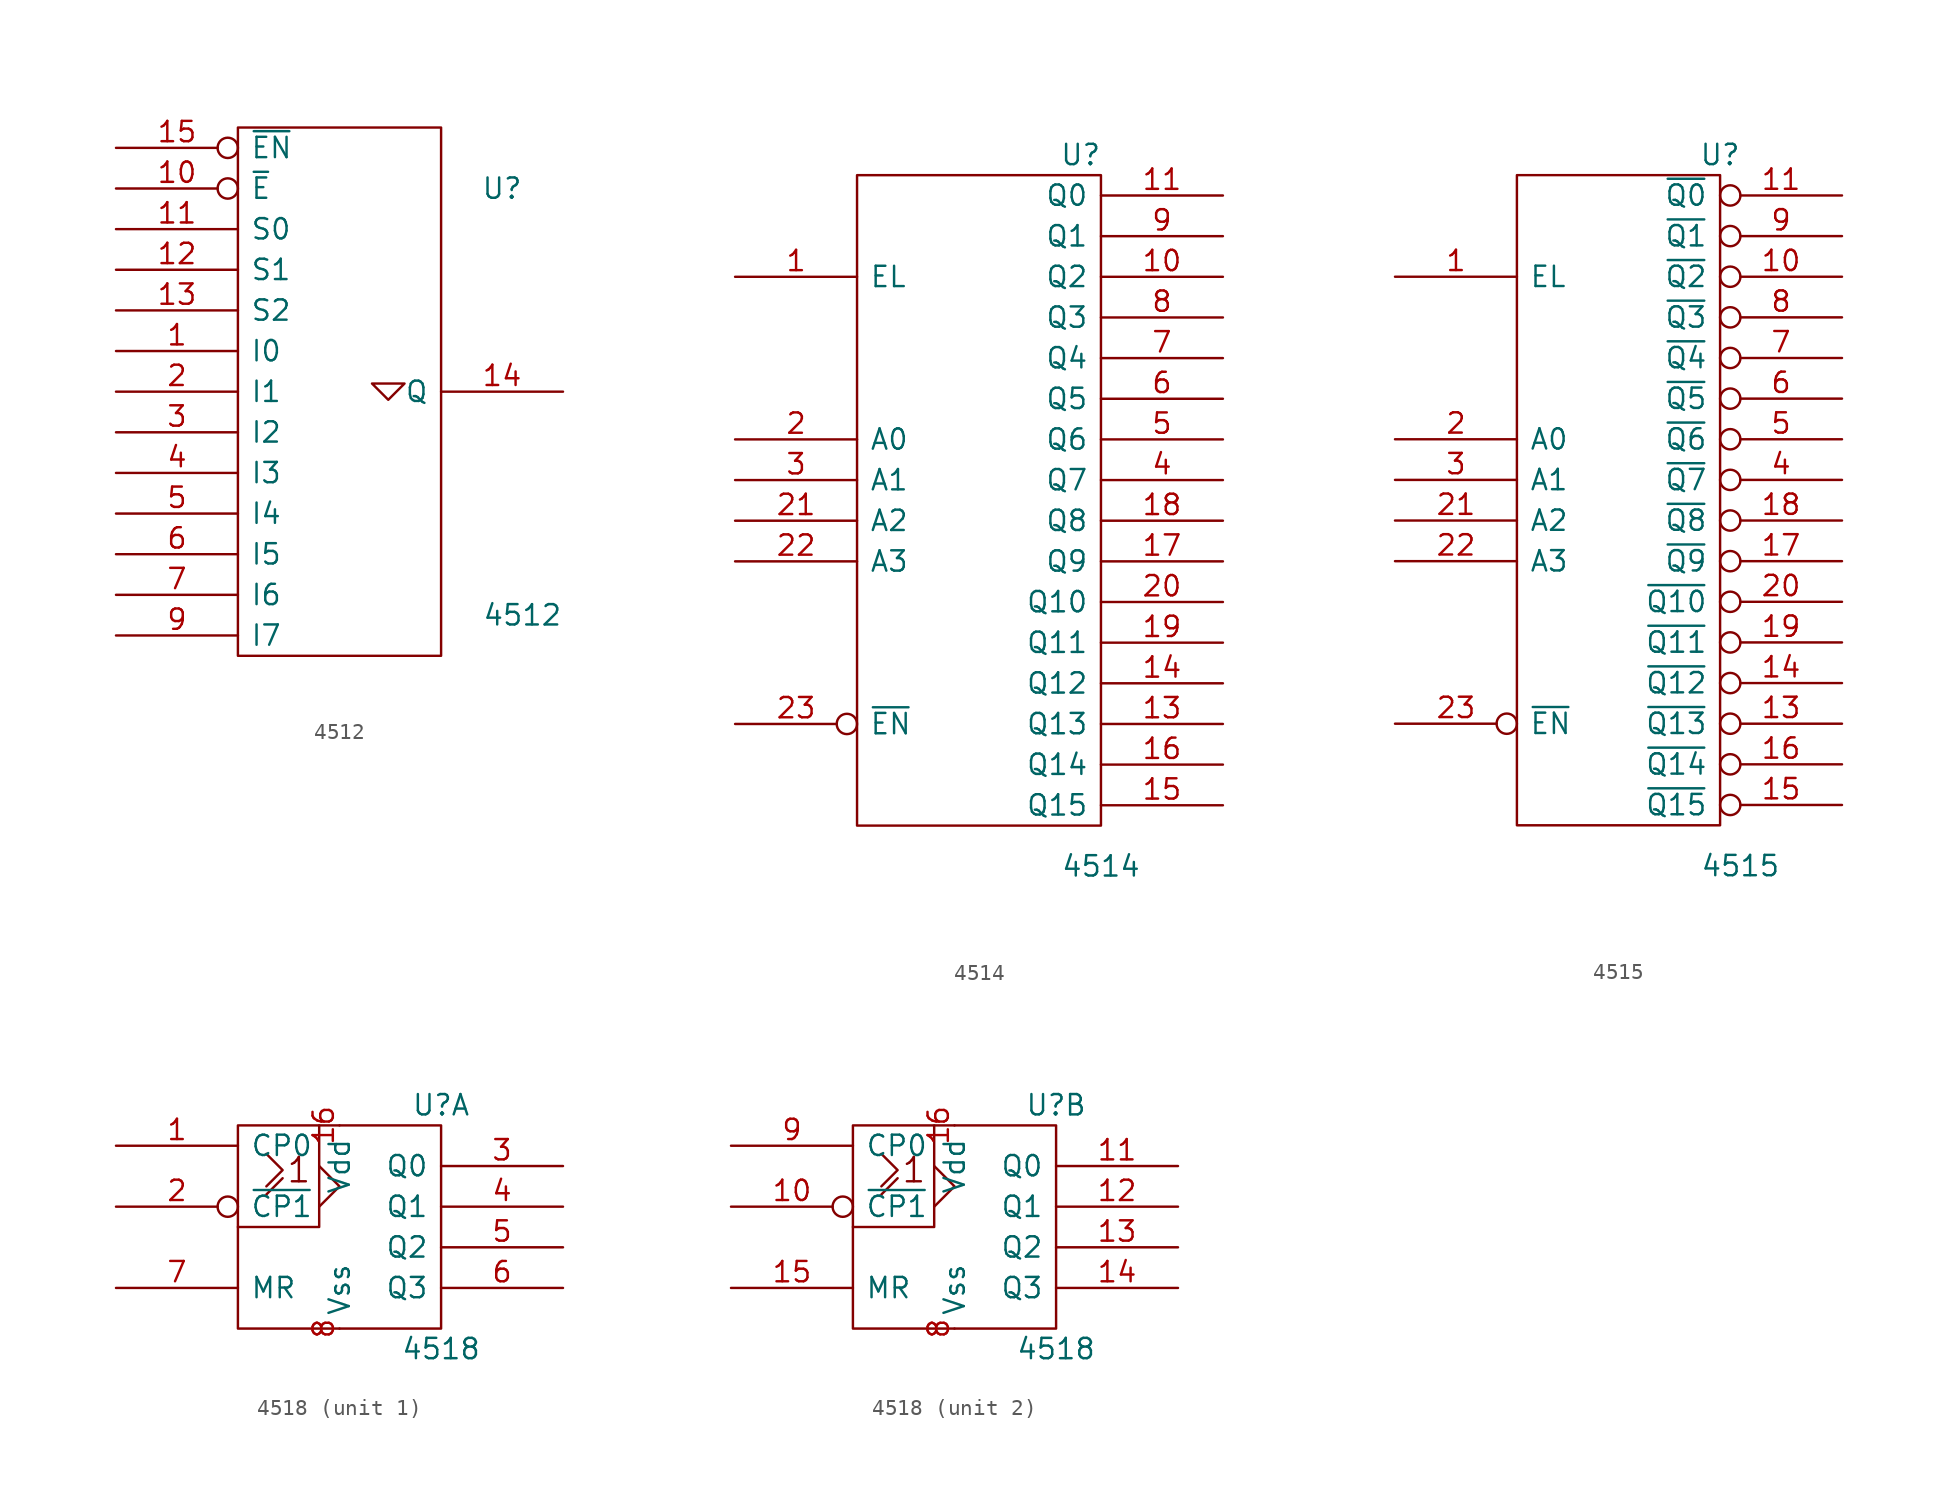
<source format=kicad_sym>
(kicad_symbol_lib
  (version 20201005)
  (generator kicad_symbol_editor)
  (symbol "4xxx_IEEE:4512"
    (pin_names
      (offset 0.762))
    (property "Reference" "U"
      (at 10.16 12.7 0)
      (effects (font (size 1.27 1.27))))
    (property "Value" "4512"
      (at 11.43 -13.97 0)
      (effects (font (size 1.27 1.27))))
    (symbol "4512_0_1"
      (rectangle (start -6.35 16.51) (end 6.35 -16.51) (stroke (width 0)) (fill (type none)))
      (polyline (pts (xy 2.032 0.508) (xy 3.048 -0.508) (xy 4.064 0.508) (xy 2.032 0.508) (xy 2.032 0.508)) (stroke (width 0)) (fill (type none))))
    (symbol "4512_1_1"
      (pin input line (at -13.97 2.54 0) (length 7.62) (name "I0" (effects (font (size 1.27 1.27)))) (number "1" (effects (font (size 1.27 1.27)))))
      (pin input inverted (at -13.97 12.7 0) (length 7.62) (name "~E" (effects (font (size 1.27 1.27)))) (number "10" (effects (font (size 1.27 1.27)))))
      (pin input line (at -13.97 10.16 0) (length 7.62) (name "S0" (effects (font (size 1.27 1.27)))) (number "11" (effects (font (size 1.27 1.27)))))
      (pin input line (at -13.97 7.62 0) (length 7.62) (name "S1" (effects (font (size 1.27 1.27)))) (number "12" (effects (font (size 1.27 1.27)))))
      (pin input line (at -13.97 5.08 0) (length 7.62) (name "S2" (effects (font (size 1.27 1.27)))) (number "13" (effects (font (size 1.27 1.27)))))
      (pin output line (at 13.97 0 180) (length 7.62) (name "Q" (effects (font (size 1.27 1.27)))) (number "14" (effects (font (size 1.27 1.27)))))
      (pin input inverted (at -13.97 15.24 0) (length 7.62) (name "~EN" (effects (font (size 1.27 1.27)))) (number "15" (effects (font (size 1.27 1.27)))))
      (pin power_in line (at 0 16.51 270) (length 0) hide (name "Vdd" (effects (font (size 1.27 1.27)))) (number "16" (effects (font (size 1.27 1.27)))))
      (pin input line (at -13.97 0 0) (length 7.62) (name "I1" (effects (font (size 1.27 1.27)))) (number "2" (effects (font (size 1.27 1.27)))))
      (pin input line (at -13.97 -2.54 0) (length 7.62) (name "I2" (effects (font (size 1.27 1.27)))) (number "3" (effects (font (size 1.27 1.27)))))
      (pin input line (at -13.97 -5.08 0) (length 7.62) (name "I3" (effects (font (size 1.27 1.27)))) (number "4" (effects (font (size 1.27 1.27)))))
      (pin input line (at -13.97 -7.62 0) (length 7.62) (name "I4" (effects (font (size 1.27 1.27)))) (number "5" (effects (font (size 1.27 1.27)))))
      (pin input line (at -13.97 -10.16 0) (length 7.62) (name "I5" (effects (font (size 1.27 1.27)))) (number "6" (effects (font (size 1.27 1.27)))))
      (pin input line (at -13.97 -12.7 0) (length 7.62) (name "I6" (effects (font (size 1.27 1.27)))) (number "7" (effects (font (size 1.27 1.27)))))
      (pin power_in line (at 0 -16.51 90) (length 0) hide (name "Vss" (effects (font (size 1.27 1.27)))) (number "8" (effects (font (size 1.27 1.27)))))
      (pin input line (at -13.97 -15.24 0) (length 7.62) (name "I7" (effects (font (size 1.27 1.27)))) (number "9" (effects (font (size 1.27 1.27)))))))
  (symbol "4xxx_IEEE:4514"
    (pin_names
      (offset 0.762))
    (property "Reference" "U"
      (at 6.35 21.59 0)
      (effects (font (size 1.27 1.27))))
    (property "Value" "4514"
      (at 7.62 -22.86 0)
      (effects (font (size 1.27 1.27))))
    (symbol "4514_0_1"
      (rectangle (start 7.62 20.32) (end -7.62 -20.32) (stroke (width 0)) (fill (type none))))
    (symbol "4514_1_1"
      (pin input line (at -15.24 13.97 0) (length 7.62) (name "EL" (effects (font (size 1.27 1.27)))) (number "1" (effects (font (size 1.27 1.27)))))
      (pin output line (at 15.24 13.97 180) (length 7.62) (name "Q2" (effects (font (size 1.27 1.27)))) (number "10" (effects (font (size 1.27 1.27)))))
      (pin output line (at 15.24 19.05 180) (length 7.62) (name "Q0" (effects (font (size 1.27 1.27)))) (number "11" (effects (font (size 1.27 1.27)))))
      (pin power_in line (at 0 -20.32 90) (length 0) hide (name "Vss" (effects (font (size 1.27 1.27)))) (number "12" (effects (font (size 1.27 1.27)))))
      (pin output line (at 15.24 -13.97 180) (length 7.62) (name "Q13" (effects (font (size 1.27 1.27)))) (number "13" (effects (font (size 1.27 1.27)))))
      (pin output line (at 15.24 -11.43 180) (length 7.62) (name "Q12" (effects (font (size 1.27 1.27)))) (number "14" (effects (font (size 1.27 1.27)))))
      (pin output line (at 15.24 -19.05 180) (length 7.62) (name "Q15" (effects (font (size 1.27 1.27)))) (number "15" (effects (font (size 1.27 1.27)))))
      (pin output line (at 15.24 -16.51 180) (length 7.62) (name "Q14" (effects (font (size 1.27 1.27)))) (number "16" (effects (font (size 1.27 1.27)))))
      (pin output line (at 15.24 -3.81 180) (length 7.62) (name "Q9" (effects (font (size 1.27 1.27)))) (number "17" (effects (font (size 1.27 1.27)))))
      (pin output line (at 15.24 -1.27 180) (length 7.62) (name "Q8" (effects (font (size 1.27 1.27)))) (number "18" (effects (font (size 1.27 1.27)))))
      (pin output line (at 15.24 -8.89 180) (length 7.62) (name "Q11" (effects (font (size 1.27 1.27)))) (number "19" (effects (font (size 1.27 1.27)))))
      (pin input line (at -15.24 3.81 0) (length 7.62) (name "A0" (effects (font (size 1.27 1.27)))) (number "2" (effects (font (size 1.27 1.27)))))
      (pin output line (at 15.24 -6.35 180) (length 7.62) (name "Q10" (effects (font (size 1.27 1.27)))) (number "20" (effects (font (size 1.27 1.27)))))
      (pin input line (at -15.24 -1.27 0) (length 7.62) (name "A2" (effects (font (size 1.27 1.27)))) (number "21" (effects (font (size 1.27 1.27)))))
      (pin input line (at -15.24 -3.81 0) (length 7.62) (name "A3" (effects (font (size 1.27 1.27)))) (number "22" (effects (font (size 1.27 1.27)))))
      (pin input inverted (at -15.24 -13.97 0) (length 7.62) (name "~EN" (effects (font (size 1.27 1.27)))) (number "23" (effects (font (size 1.27 1.27)))))
      (pin power_in line (at 0 20.32 270) (length 0) hide (name "Vdd" (effects (font (size 1.27 1.27)))) (number "24" (effects (font (size 1.27 1.27)))))
      (pin input line (at -15.24 1.27 0) (length 7.62) (name "A1" (effects (font (size 1.27 1.27)))) (number "3" (effects (font (size 1.27 1.27)))))
      (pin output line (at 15.24 1.27 180) (length 7.62) (name "Q7" (effects (font (size 1.27 1.27)))) (number "4" (effects (font (size 1.27 1.27)))))
      (pin output line (at 15.24 3.81 180) (length 7.62) (name "Q6" (effects (font (size 1.27 1.27)))) (number "5" (effects (font (size 1.27 1.27)))))
      (pin output line (at 15.24 6.35 180) (length 7.62) (name "Q5" (effects (font (size 1.27 1.27)))) (number "6" (effects (font (size 1.27 1.27)))))
      (pin output line (at 15.24 8.89 180) (length 7.62) (name "Q4" (effects (font (size 1.27 1.27)))) (number "7" (effects (font (size 1.27 1.27)))))
      (pin output line (at 15.24 11.43 180) (length 7.62) (name "Q3" (effects (font (size 1.27 1.27)))) (number "8" (effects (font (size 1.27 1.27)))))
      (pin output line (at 15.24 16.51 180) (length 7.62) (name "Q1" (effects (font (size 1.27 1.27)))) (number "9" (effects (font (size 1.27 1.27)))))))
  (symbol "4xxx_IEEE:4515"
    (pin_names
      (offset 0.762))
    (property "Reference" "U"
      (at 6.35 21.59 0)
      (effects (font (size 1.27 1.27))))
    (property "Value" "4515"
      (at 7.62 -22.86 0)
      (effects (font (size 1.27 1.27))))
    (symbol "4515_0_1"
      (rectangle (start -6.35 20.32) (end 6.35 -20.32) (stroke (width 0)) (fill (type none))))
    (symbol "4515_1_1"
      (pin input line (at -13.97 13.97 0) (length 7.62) (name "EL" (effects (font (size 1.27 1.27)))) (number "1" (effects (font (size 1.27 1.27)))))
      (pin output inverted (at 13.97 13.97 180) (length 7.62) (name "~Q2" (effects (font (size 1.27 1.27)))) (number "10" (effects (font (size 1.27 1.27)))))
      (pin output inverted (at 13.97 19.05 180) (length 7.62) (name "~Q0" (effects (font (size 1.27 1.27)))) (number "11" (effects (font (size 1.27 1.27)))))
      (pin power_in line (at 0 -20.32 90) (length 0) hide (name "Vss" (effects (font (size 1.27 1.27)))) (number "12" (effects (font (size 1.27 1.27)))))
      (pin output inverted (at 13.97 -13.97 180) (length 7.62) (name "~Q13" (effects (font (size 1.27 1.27)))) (number "13" (effects (font (size 1.27 1.27)))))
      (pin output inverted (at 13.97 -11.43 180) (length 7.62) (name "~Q12" (effects (font (size 1.27 1.27)))) (number "14" (effects (font (size 1.27 1.27)))))
      (pin output inverted (at 13.97 -19.05 180) (length 7.62) (name "~Q15" (effects (font (size 1.27 1.27)))) (number "15" (effects (font (size 1.27 1.27)))))
      (pin output inverted (at 13.97 -16.51 180) (length 7.62) (name "~Q14" (effects (font (size 1.27 1.27)))) (number "16" (effects (font (size 1.27 1.27)))))
      (pin output inverted (at 13.97 -3.81 180) (length 7.62) (name "~Q9" (effects (font (size 1.27 1.27)))) (number "17" (effects (font (size 1.27 1.27)))))
      (pin output inverted (at 13.97 -1.27 180) (length 7.62) (name "~Q8" (effects (font (size 1.27 1.27)))) (number "18" (effects (font (size 1.27 1.27)))))
      (pin output inverted (at 13.97 -8.89 180) (length 7.62) (name "~Q11" (effects (font (size 1.27 1.27)))) (number "19" (effects (font (size 1.27 1.27)))))
      (pin input line (at -13.97 3.81 0) (length 7.62) (name "A0" (effects (font (size 1.27 1.27)))) (number "2" (effects (font (size 1.27 1.27)))))
      (pin output inverted (at 13.97 -6.35 180) (length 7.62) (name "~Q10" (effects (font (size 1.27 1.27)))) (number "20" (effects (font (size 1.27 1.27)))))
      (pin input line (at -13.97 -1.27 0) (length 7.62) (name "A2" (effects (font (size 1.27 1.27)))) (number "21" (effects (font (size 1.27 1.27)))))
      (pin input line (at -13.97 -3.81 0) (length 7.62) (name "A3" (effects (font (size 1.27 1.27)))) (number "22" (effects (font (size 1.27 1.27)))))
      (pin input inverted (at -13.97 -13.97 0) (length 7.62) (name "~EN" (effects (font (size 1.27 1.27)))) (number "23" (effects (font (size 1.27 1.27)))))
      (pin power_in line (at 0 20.32 270) (length 0) hide (name "Vdd" (effects (font (size 1.27 1.27)))) (number "24" (effects (font (size 1.27 1.27)))))
      (pin input line (at -13.97 1.27 0) (length 7.62) (name "A1" (effects (font (size 1.27 1.27)))) (number "3" (effects (font (size 1.27 1.27)))))
      (pin output inverted (at 13.97 1.27 180) (length 7.62) (name "~Q7" (effects (font (size 1.27 1.27)))) (number "4" (effects (font (size 1.27 1.27)))))
      (pin output inverted (at 13.97 3.81 180) (length 7.62) (name "~Q6" (effects (font (size 1.27 1.27)))) (number "5" (effects (font (size 1.27 1.27)))))
      (pin output inverted (at 13.97 6.35 180) (length 7.62) (name "~Q5" (effects (font (size 1.27 1.27)))) (number "6" (effects (font (size 1.27 1.27)))))
      (pin output inverted (at 13.97 8.89 180) (length 7.62) (name "~Q4" (effects (font (size 1.27 1.27)))) (number "7" (effects (font (size 1.27 1.27)))))
      (pin output inverted (at 13.97 11.43 180) (length 7.62) (name "~Q3" (effects (font (size 1.27 1.27)))) (number "8" (effects (font (size 1.27 1.27)))))
      (pin output inverted (at 13.97 16.51 180) (length 7.62) (name "~Q1" (effects (font (size 1.27 1.27)))) (number "9" (effects (font (size 1.27 1.27)))))))
  (symbol "4xxx_IEEE:4518"
    (pin_names
      (offset 0.762))
    (property "Reference" "U"
      (at 6.35 7.62 0)
      (effects (font (size 1.27 1.27))))
    (property "Value" "4518"
      (at 6.35 -7.62 0)
      (effects (font (size 1.27 1.27))))
    (symbol "4518_0_0"
      (text "1" (at -2.54 3.556 0) (effects (font (size 1.524 1.524)))))
    (symbol "4518_0_1"
      (rectangle (start 6.35 6.35) (end -6.35 -6.35) (stroke (width 0)) (fill (type none)))
      (polyline (pts (xy -4.572 2.032) (xy -3.556 3.048) (xy -3.556 3.048)) (stroke (width 0)) (fill (type none)))
      (polyline (pts (xy -4.572 4.572) (xy -3.556 3.556) (xy -4.572 2.54) (xy -4.572 2.54)) (stroke (width 0)) (fill (type none)))
      (polyline (pts (xy -1.27 3.81) (xy 0 2.54) (xy -1.27 1.27) (xy -1.27 1.27)) (stroke (width 0)) (fill (type none)))
      (polyline (pts (xy -1.27 6.35) (xy -1.27 0) (xy -6.35 0) (xy -6.35 0)) (stroke (width 0)) (fill (type none)))
      (pin power_in line (at 0 6.35 270) (length 0) (name "Vdd" (effects (font (size 1.27 1.27)))) (number "16" (effects (font (size 1.27 1.27)))))
      (pin power_in line (at 0 -6.35 90) (length 0) (name "Vss" (effects (font (size 1.27 1.27)))) (number "8" (effects (font (size 1.27 1.27))))))
    (symbol "4518_1_1"
      (pin input line (at -13.97 5.08 0) (length 7.62) (name "CP0" (effects (font (size 1.27 1.27)))) (number "1" (effects (font (size 1.27 1.27)))))
      (pin input inverted (at -13.97 1.27 0) (length 7.62) (name "~CP1" (effects (font (size 1.27 1.27)))) (number "2" (effects (font (size 1.27 1.27)))))
      (pin output line (at 13.97 3.81 180) (length 7.62) (name "Q0" (effects (font (size 1.27 1.27)))) (number "3" (effects (font (size 1.27 1.27)))))
      (pin output line (at 13.97 1.27 180) (length 7.62) (name "Q1" (effects (font (size 1.27 1.27)))) (number "4" (effects (font (size 1.27 1.27)))))
      (pin output line (at 13.97 -1.27 180) (length 7.62) (name "Q2" (effects (font (size 1.27 1.27)))) (number "5" (effects (font (size 1.27 1.27)))))
      (pin output line (at 13.97 -3.81 180) (length 7.62) (name "Q3" (effects (font (size 1.27 1.27)))) (number "6" (effects (font (size 1.27 1.27)))))
      (pin input line (at -13.97 -3.81 0) (length 7.62) (name "MR" (effects (font (size 1.27 1.27)))) (number "7" (effects (font (size 1.27 1.27))))))
    (symbol "4518_2_1"
      (pin input inverted (at -13.97 1.27 0) (length 7.62) (name "~CP1" (effects (font (size 1.27 1.27)))) (number "10" (effects (font (size 1.27 1.27)))))
      (pin output line (at 13.97 3.81 180) (length 7.62) (name "Q0" (effects (font (size 1.27 1.27)))) (number "11" (effects (font (size 1.27 1.27)))))
      (pin output line (at 13.97 1.27 180) (length 7.62) (name "Q1" (effects (font (size 1.27 1.27)))) (number "12" (effects (font (size 1.27 1.27)))))
      (pin output line (at 13.97 -1.27 180) (length 7.62) (name "Q2" (effects (font (size 1.27 1.27)))) (number "13" (effects (font (size 1.27 1.27)))))
      (pin output line (at 13.97 -3.81 180) (length 7.62) (name "Q3" (effects (font (size 1.27 1.27)))) (number "14" (effects (font (size 1.27 1.27)))))
      (pin input line (at -13.97 -3.81 0) (length 7.62) (name "MR" (effects (font (size 1.27 1.27)))) (number "15" (effects (font (size 1.27 1.27)))))
      (pin input line (at -13.97 5.08 0) (length 7.62) (name "CP0" (effects (font (size 1.27 1.27)))) (number "9" (effects (font (size 1.27 1.27))))))))
</source>
